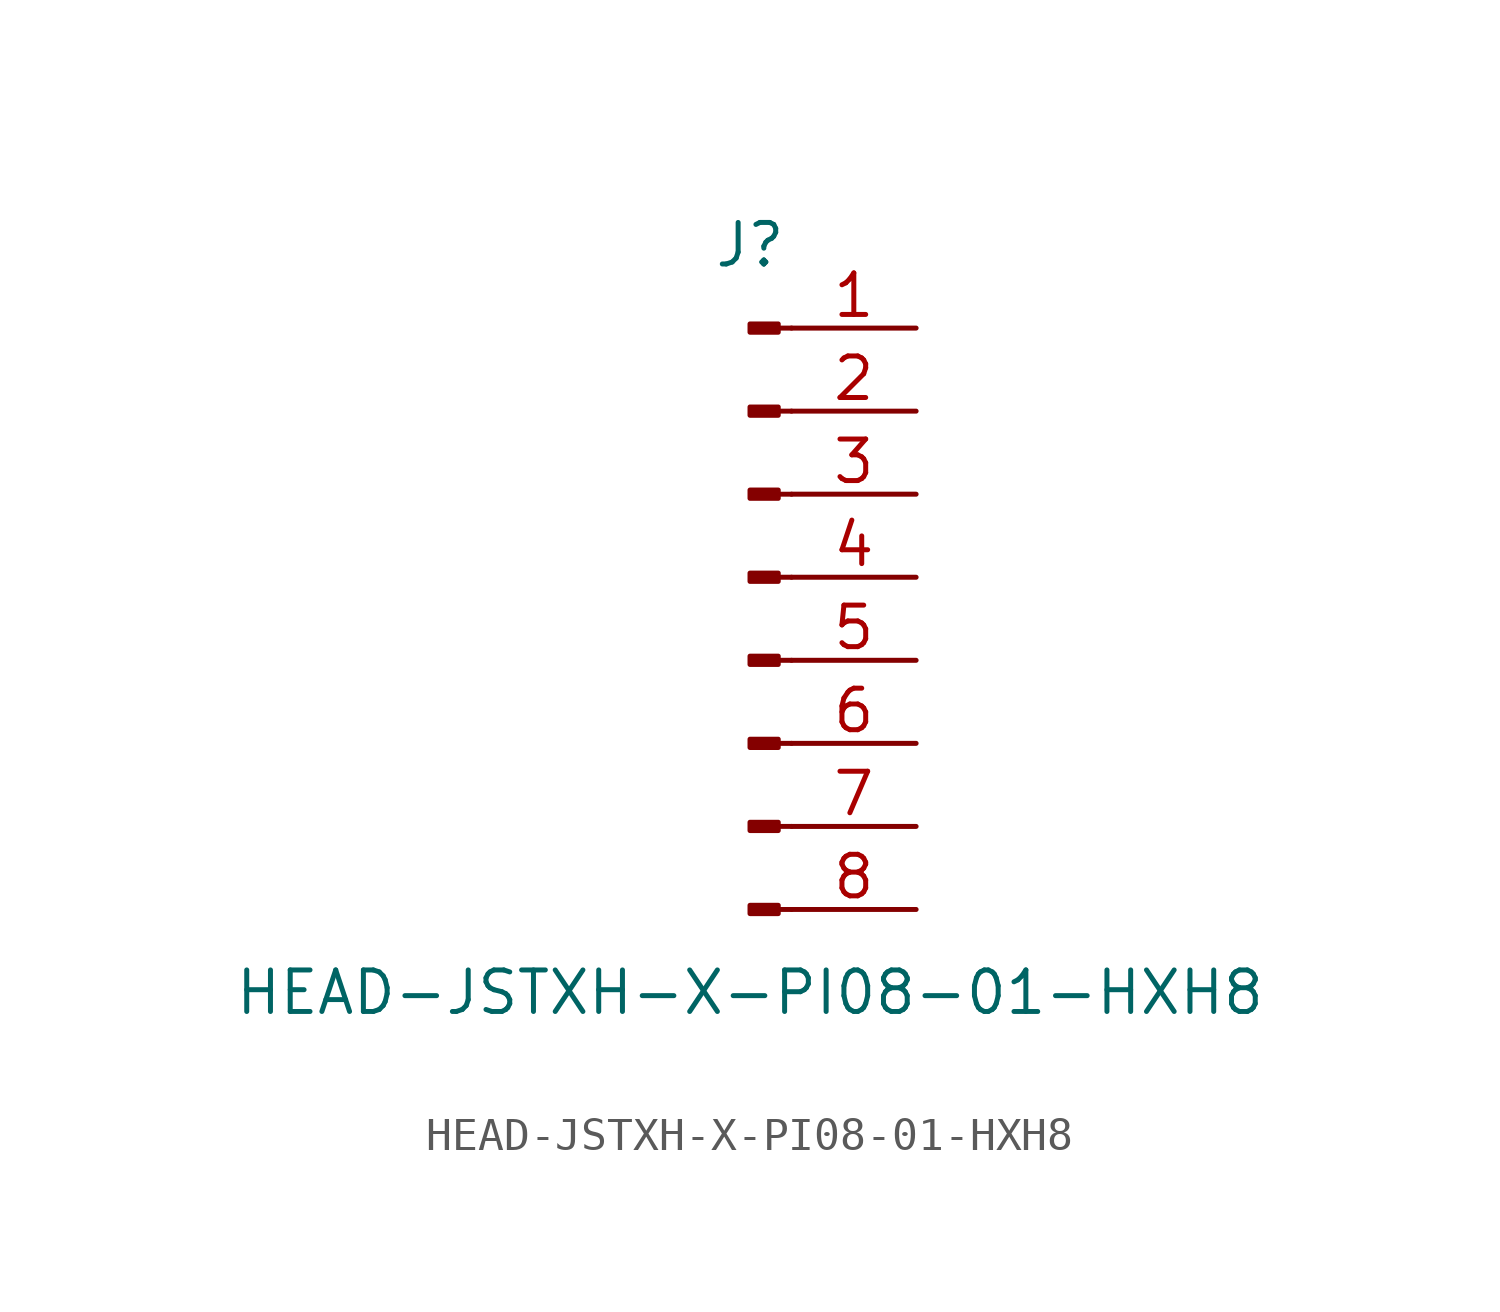
<source format=kicad_sym>
(kicad_symbol_lib
  (version 20211014)
  (generator kicad_symbol_editor)
  (symbol "HEAD-JSTXH-X-PI08-01-HXH8"
    (pin_names
      (offset 1.016) hide)
    (property "Reference" "J"
      (at 0 10.16 0)
      (effects (font (size 1.27 1.27))))
    (property "Value" "HEAD-JSTXH-X-PI08-01-HXH8"
      (at 0 -12.7 0)
      (effects (font (size 1.27 1.27))))
    (symbol "HEAD-JSTXH-X-PI08-01-HXH8_1_1"
      (polyline (pts (xy 1.27 -10.16) (xy 0.864 -10.16)) (stroke (width 0.152) (type default) (color 0 0 0 0)) (fill (type none)))
      (polyline (pts (xy 1.27 -7.62) (xy 0.864 -7.62)) (stroke (width 0.152) (type default) (color 0 0 0 0)) (fill (type none)))
      (polyline (pts (xy 1.27 -5.08) (xy 0.864 -5.08)) (stroke (width 0.152) (type default) (color 0 0 0 0)) (fill (type none)))
      (polyline (pts (xy 1.27 -2.54) (xy 0.864 -2.54)) (stroke (width 0.152) (type default) (color 0 0 0 0)) (fill (type none)))
      (polyline (pts (xy 1.27 0) (xy 0.864 0)) (stroke (width 0.152) (type default) (color 0 0 0 0)) (fill (type none)))
      (polyline (pts (xy 1.27 2.54) (xy 0.864 2.54)) (stroke (width 0.152) (type default) (color 0 0 0 0)) (fill (type none)))
      (polyline (pts (xy 1.27 5.08) (xy 0.864 5.08)) (stroke (width 0.152) (type default) (color 0 0 0 0)) (fill (type none)))
      (polyline (pts (xy 1.27 7.62) (xy 0.864 7.62)) (stroke (width 0.152) (type default) (color 0 0 0 0)) (fill (type none)))
      (rectangle (start 0.864 -10.033) (end 0 -10.287) (stroke (width 0.152) (type default) (color 0 0 0 0)) (fill (type outline)))
      (rectangle (start 0.864 -7.493) (end 0 -7.747) (stroke (width 0.152) (type default) (color 0 0 0 0)) (fill (type outline)))
      (rectangle (start 0.864 -4.953) (end 0 -5.207) (stroke (width 0.152) (type default) (color 0 0 0 0)) (fill (type outline)))
      (rectangle (start 0.864 -2.413) (end 0 -2.667) (stroke (width 0.152) (type default) (color 0 0 0 0)) (fill (type outline)))
      (rectangle (start 0.864 0.127) (end 0 -0.127) (stroke (width 0.152) (type default) (color 0 0 0 0)) (fill (type outline)))
      (rectangle (start 0.864 2.667) (end 0 2.413) (stroke (width 0.152) (type default) (color 0 0 0 0)) (fill (type outline)))
      (rectangle (start 0.864 5.207) (end 0 4.953) (stroke (width 0.152) (type default) (color 0 0 0 0)) (fill (type outline)))
      (rectangle (start 0.864 7.747) (end 0 7.493) (stroke (width 0.152) (type default) (color 0 0 0 0)) (fill (type outline)))
      (pin passive line (at 5.08 7.62 180) (length 3.81) (name "Pin_1" (effects (font (size 1.27 1.27)))) (number "1" (effects (font (size 1.27 1.27)))))
      (pin passive line (at 5.08 5.08 180) (length 3.81) (name "Pin_2" (effects (font (size 1.27 1.27)))) (number "2" (effects (font (size 1.27 1.27)))))
      (pin passive line (at 5.08 2.54 180) (length 3.81) (name "Pin_3" (effects (font (size 1.27 1.27)))) (number "3" (effects (font (size 1.27 1.27)))))
      (pin passive line (at 5.08 0 180) (length 3.81) (name "Pin_4" (effects (font (size 1.27 1.27)))) (number "4" (effects (font (size 1.27 1.27)))))
      (pin passive line (at 5.08 -2.54 180) (length 3.81) (name "Pin_5" (effects (font (size 1.27 1.27)))) (number "5" (effects (font (size 1.27 1.27)))))
      (pin passive line (at 5.08 -5.08 180) (length 3.81) (name "Pin_6" (effects (font (size 1.27 1.27)))) (number "6" (effects (font (size 1.27 1.27)))))
      (pin passive line (at 5.08 -7.62 180) (length 3.81) (name "Pin_7" (effects (font (size 1.27 1.27)))) (number "7" (effects (font (size 1.27 1.27)))))
      (pin passive line (at 5.08 -10.16 180) (length 3.81) (name "Pin_8" (effects (font (size 1.27 1.27)))) (number "8" (effects (font (size 1.27 1.27))))))))
</source>
